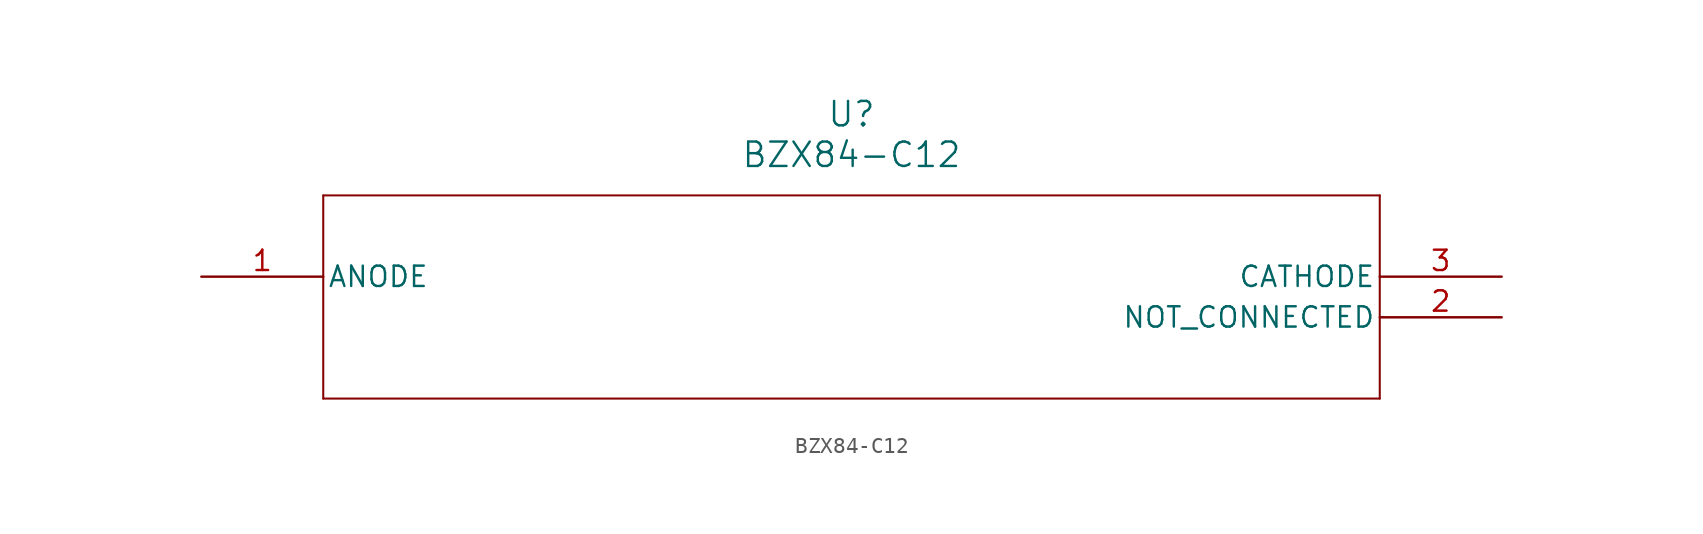
<source format=kicad_sym>
(kicad_symbol_lib
  (version 20211014)
  (generator kicad_symbol_editor)
  (symbol "BZX84-C12"
    (pin_names
      (offset 0.254))
    (property "Reference" "U"
      (at 40.64 10.16 0)
      (effects (font (size 1.524 1.524))))
    (property "Value" "BZX84-C12"
      (at 40.64 7.62 0)
      (effects (font (size 1.524 1.524))))
    (symbol "BZX84-C12_0_1"
      (polyline (pts (xy 7.62 5.08) (xy 7.62 -7.62)) (stroke (width 0.127) (type default) (color 0 0 0 0)) (fill (type none)))
      (polyline (pts (xy 7.62 -7.62) (xy 73.66 -7.62)) (stroke (width 0.127) (type default) (color 0 0 0 0)) (fill (type none)))
      (polyline (pts (xy 73.66 -7.62) (xy 73.66 5.08)) (stroke (width 0.127) (type default) (color 0 0 0 0)) (fill (type none)))
      (polyline (pts (xy 73.66 5.08) (xy 7.62 5.08)) (stroke (width 0.127) (type default) (color 0 0 0 0)) (fill (type none)))
      (pin unspecified line (at 0 0 0) (length 7.62) (name "ANODE" (effects (font (size 1.27 1.27)))) (number "1" (effects (font (size 1.27 1.27)))))
      (pin unspecified line (at 81.28 -2.54 180) (length 7.62) (name "NOT CONNECTED" (effects (font (size 1.27 1.27)))) (number "2" (effects (font (size 1.27 1.27)))))
      (pin unspecified line (at 81.28 0 180) (length 7.62) (name "CATHODE" (effects (font (size 1.27 1.27)))) (number "3" (effects (font (size 1.27 1.27))))))))
</source>
